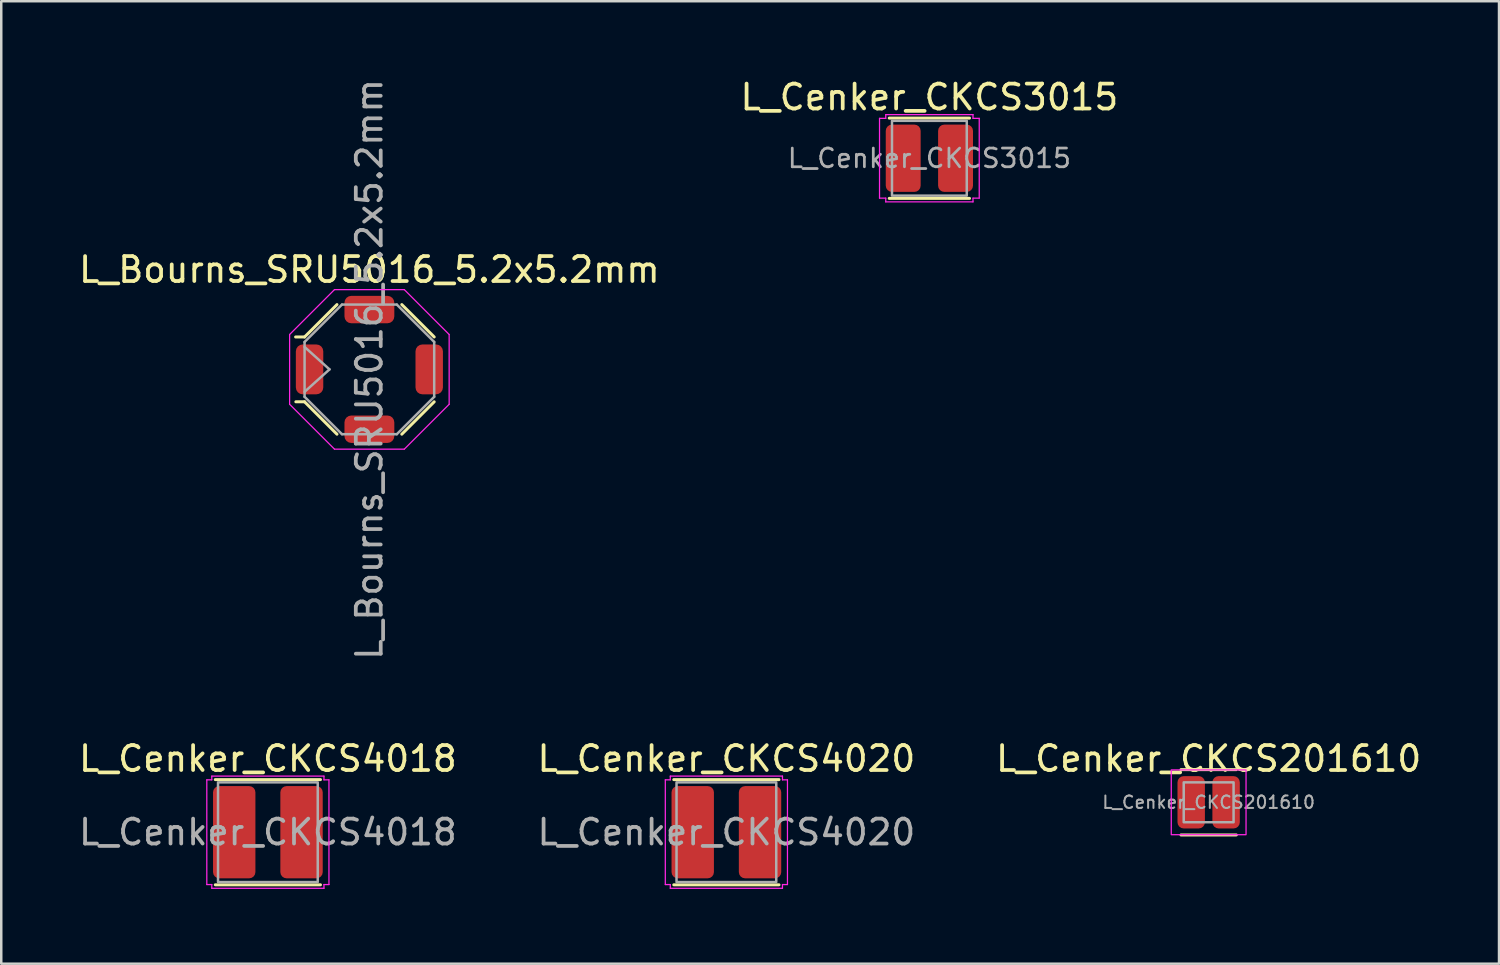
<source format=kicad_pcb>
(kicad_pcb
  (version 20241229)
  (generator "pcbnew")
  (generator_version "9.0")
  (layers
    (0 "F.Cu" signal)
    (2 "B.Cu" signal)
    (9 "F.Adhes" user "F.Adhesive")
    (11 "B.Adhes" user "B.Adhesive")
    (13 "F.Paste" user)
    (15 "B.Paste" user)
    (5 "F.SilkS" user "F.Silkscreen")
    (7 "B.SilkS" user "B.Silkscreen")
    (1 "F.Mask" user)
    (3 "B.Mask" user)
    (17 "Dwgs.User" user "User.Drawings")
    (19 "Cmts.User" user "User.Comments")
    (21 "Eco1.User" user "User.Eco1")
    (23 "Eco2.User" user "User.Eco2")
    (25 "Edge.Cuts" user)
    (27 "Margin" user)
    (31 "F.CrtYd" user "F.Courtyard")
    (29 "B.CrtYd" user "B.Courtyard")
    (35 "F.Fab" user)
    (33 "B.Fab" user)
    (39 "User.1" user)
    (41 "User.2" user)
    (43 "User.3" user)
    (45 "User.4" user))
  (footprint "L_Cenker_CKCS4020"
    (layer "F.Cu")
    (at 26.089 30.334)
    (property "Reference" "L_Cenker_CKCS4020" (at 0 -2.95 0) (layer "F.SilkS") (effects (font (size 1 1) (thickness 0.15))))
    (attr smd)
    (fp_line (start -2.11 -2.11) (end 2.11 -2.11) (stroke (width 0.12) (type solid)) (layer "F.SilkS"))
    (fp_line (start 2.11 2.11) (end -2.11 2.11) (stroke (width 0.12) (type solid)) (layer "F.SilkS"))
    (fp_line (start -2.45 -2.1) (end -2.25 -2.1) (stroke (width 0.05) (type solid)) (layer "F.CrtYd"))
    (fp_line (start -2.45 2.1) (end -2.45 -2.1) (stroke (width 0.05) (type solid)) (layer "F.CrtYd"))
    (fp_line (start -2.25 -2.25) (end 2.25 -2.25) (stroke (width 0.05) (type solid)) (layer "F.CrtYd"))
    (fp_line (start -2.25 -2.1) (end -2.25 -2.25) (stroke (width 0.05) (type solid)) (layer "F.CrtYd"))
    (fp_line (start -2.25 2.1) (end -2.45 2.1) (stroke (width 0.05) (type solid)) (layer "F.CrtYd"))
    (fp_line (start -2.25 2.25) (end -2.25 2.1) (stroke (width 0.05) (type solid)) (layer "F.CrtYd"))
    (fp_line (start 2.25 -2.25) (end 2.25 -2.1) (stroke (width 0.05) (type solid)) (layer "F.CrtYd"))
    (fp_line (start 2.25 -2.1) (end 2.45 -2.1) (stroke (width 0.05) (type solid)) (layer "F.CrtYd"))
    (fp_line (start 2.25 2.1) (end 2.25 2.25) (stroke (width 0.05) (type solid)) (layer "F.CrtYd"))
    (fp_line (start 2.25 2.25) (end -2.25 2.25) (stroke (width 0.05) (type solid)) (layer "F.CrtYd"))
    (fp_line (start 2.45 -2.1) (end 2.45 2.1) (stroke (width 0.05) (type solid)) (layer "F.CrtYd"))
    (fp_line (start 2.45 2.1) (end 2.25 2.1) (stroke (width 0.05) (type solid)) (layer "F.CrtYd"))
    (fp_rect (start -2 -2) (end 2 2) (stroke (width 0.1) (type solid)) (fill no) (layer "F.Fab"))
    (fp_text user "${REFERENCE}" (at 0 0 0) (layer "F.Fab") (effects (font (size 1 1) (thickness 0.15))))
    (pad "1" smd roundrect (at -1.35 0) (size 1.7 3.7) (layers "F.Cu" "F.Mask" "F.Paste") (roundrect_rratio 0.147))
    (pad "2" smd roundrect (at 1.35 0) (size 1.7 3.7) (layers "F.Cu" "F.Mask" "F.Paste") (roundrect_rratio 0.147)))
  (footprint "L_Cenker_CKCS201610"
    (layer "F.Cu")
    (at 45.435 29.134)
    (property "Reference" "L_Cenker_CKCS201610" (at 0 -1.75 0) (layer "F.SilkS") (effects (font (size 1 1) (thickness 0.15))))
    (attr smd)
    (fp_line (start -1.11 -1.31) (end 1.11 -1.31) (stroke (width 0.12) (type solid)) (layer "F.SilkS"))
    (fp_line (start 1.11 1.31) (end -1.11 1.31) (stroke (width 0.12) (type solid)) (layer "F.SilkS"))
    (fp_rect (start -1.5 -1.3) (end 1.5 1.3) (stroke (width 0.05) (type solid)) (fill no) (layer "F.CrtYd"))
    (fp_rect (start -1 -0.8) (end 1 0.8) (stroke (width 0.1) (type solid)) (fill no) (layer "F.Fab"))
    (fp_text user "${REFERENCE}" (at 0 0 0) (layer "F.Fab") (effects (font (size 0.5 0.5) (thickness 0.08))))
    (pad "1" smd roundrect (at -0.7 0) (size 1.1 2.1) (layers "F.Cu" "F.Mask" "F.Paste") (roundrect_rratio 0.227))
    (pad "2" smd roundrect (at 0.7 0) (size 1.1 2.1) (layers "F.Cu" "F.Mask" "F.Paste") (roundrect_rratio 0.227)))
  (footprint "L_Bourns_SRU5016_5.2x5.2mm"
    (layer "F.Cu")
    (at 11.768 11.768)
    (property "Reference" "L_Bourns_SRU5016_5.2x5.2mm" (at 0 -4 0) (unlocked yes) (layer "F.SilkS") (effects (font (size 1 1) (thickness 0.15))))
    (attr smd)
    (fp_line (start -2.6 -1.3) (end -2.96 -1.3) (stroke (width 0.12) (type solid)) (layer "F.SilkS"))
    (fp_line (start -2.6 -1.3) (end -1.3 -2.6) (stroke (width 0.12) (type solid)) (layer "F.SilkS"))
    (fp_line (start -2.6 1.3) (end -2.95 1.3) (stroke (width 0.12) (type solid)) (layer "F.SilkS"))
    (fp_line (start -1.3 2.6) (end -2.6 1.3) (stroke (width 0.12) (type solid)) (layer "F.SilkS"))
    (fp_line (start 1.3 -2.6) (end 2.6 -1.3) (stroke (width 0.12) (type solid)) (layer "F.SilkS"))
    (fp_line (start 1.3 2.6) (end 2.6 1.3) (stroke (width 0.12) (type solid)) (layer "F.SilkS"))
    (fp_line (start -3.2 1.4) (end -3.2 -1.4) (stroke (width 0.05) (type solid)) (layer "F.CrtYd"))
    (fp_line (start -3.2 1.4) (end -1.4 3.2) (stroke (width 0.05) (type solid)) (layer "F.CrtYd"))
    (fp_line (start -1.4 -3.2) (end -3.2 -1.4) (stroke (width 0.05) (type solid)) (layer "F.CrtYd"))
    (fp_line (start -1.4 -3.2) (end 1.4 -3.2) (stroke (width 0.05) (type solid)) (layer "F.CrtYd"))
    (fp_line (start 1.4 -3.2) (end 3.2 -1.4) (stroke (width 0.05) (type solid)) (layer "F.CrtYd"))
    (fp_line (start 1.4 3.2) (end -1.4 3.2) (stroke (width 0.05) (type solid)) (layer "F.CrtYd"))
    (fp_line (start 1.4 3.2) (end 3.2 1.4) (stroke (width 0.05) (type solid)) (layer "F.CrtYd"))
    (fp_line (start 3.2 -1.4) (end 3.2 1.4) (stroke (width 0.05) (type solid)) (layer "F.CrtYd"))
    (fp_line (start -2.6 -1.1) (end -1.1 -2.6) (stroke (width 0.1) (type solid)) (layer "F.Fab"))
    (fp_line (start -2.6 -0.9) (end -1.6 0) (stroke (width 0.1) (type solid)) (layer "F.Fab"))
    (fp_line (start -2.6 1.1) (end -2.6 -1.1) (stroke (width 0.1) (type solid)) (layer "F.Fab"))
    (fp_line (start -1.6 0) (end -2.6 0.9) (stroke (width 0.1) (type solid)) (layer "F.Fab"))
    (fp_line (start -1.1 -2.6) (end 1.1 -2.6) (stroke (width 0.1) (type solid)) (layer "F.Fab"))
    (fp_line (start -1.1 2.6) (end -2.6 1.1) (stroke (width 0.1) (type solid)) (layer "F.Fab"))
    (fp_line (start 1.1 -2.6) (end 2.6 -1.1) (stroke (width 0.1) (type solid)) (layer "F.Fab"))
    (fp_line (start 1.1 2.6) (end -1.1 2.6) (stroke (width 0.1) (type solid)) (layer "F.Fab"))
    (fp_line (start 2.6 -1.1) (end 2.6 1.1) (stroke (width 0.1) (type solid)) (layer "F.Fab"))
    (fp_line (start 2.6 1.1) (end 1.1 2.6) (stroke (width 0.1) (type solid)) (layer "F.Fab"))
    (fp_text user "${REFERENCE}" (at 0 0 90) (layer "F.Fab") (effects (font (size 1 1) (thickness 0.15))))
    (pad "1" smd roundrect (at -2.4 0) (size 1.1 2) (layers "F.Cu" "F.Mask" "F.Paste") (roundrect_rratio 0.25))
    (pad "2" smd roundrect (at 2.4 0) (size 1.1 2) (layers "F.Cu" "F.Mask" "F.Paste") (roundrect_rratio 0.25))
    (pad "MP" smd roundrect (at 0 -2.4 270) (size 1.1 2) (layers "F.Cu" "F.Mask" "F.Paste") (roundrect_rratio 0.25))
    (pad "MP" smd roundrect (at 0 2.4 90) (size 1.1 2) (layers "F.Cu" "F.Mask" "F.Paste") (roundrect_rratio 0.25)))
  (footprint "L_Cenker_CKCS4018"
    (layer "F.Cu")
    (at 7.696 30.334)
    (property "Reference" "L_Cenker_CKCS4018" (at 0 -2.95 0) (layer "F.SilkS") (effects (font (size 1 1) (thickness 0.15))))
    (attr smd)
    (fp_line (start -2.11 -2.11) (end 2.11 -2.11) (stroke (width 0.12) (type solid)) (layer "F.SilkS"))
    (fp_line (start 2.11 2.11) (end -2.11 2.11) (stroke (width 0.12) (type solid)) (layer "F.SilkS"))
    (fp_line (start -2.45 -2.1) (end -2.25 -2.1) (stroke (width 0.05) (type solid)) (layer "F.CrtYd"))
    (fp_line (start -2.45 2.1) (end -2.45 -2.1) (stroke (width 0.05) (type solid)) (layer "F.CrtYd"))
    (fp_line (start -2.25 -2.25) (end 2.25 -2.25) (stroke (width 0.05) (type solid)) (layer "F.CrtYd"))
    (fp_line (start -2.25 -2.1) (end -2.25 -2.25) (stroke (width 0.05) (type solid)) (layer "F.CrtYd"))
    (fp_line (start -2.25 2.1) (end -2.45 2.1) (stroke (width 0.05) (type solid)) (layer "F.CrtYd"))
    (fp_line (start -2.25 2.25) (end -2.25 2.1) (stroke (width 0.05) (type solid)) (layer "F.CrtYd"))
    (fp_line (start 2.25 -2.25) (end 2.25 -2.1) (stroke (width 0.05) (type solid)) (layer "F.CrtYd"))
    (fp_line (start 2.25 -2.1) (end 2.45 -2.1) (stroke (width 0.05) (type solid)) (layer "F.CrtYd"))
    (fp_line (start 2.25 2.1) (end 2.25 2.25) (stroke (width 0.05) (type solid)) (layer "F.CrtYd"))
    (fp_line (start 2.25 2.25) (end -2.25 2.25) (stroke (width 0.05) (type solid)) (layer "F.CrtYd"))
    (fp_line (start 2.45 -2.1) (end 2.45 2.1) (stroke (width 0.05) (type solid)) (layer "F.CrtYd"))
    (fp_line (start 2.45 2.1) (end 2.25 2.1) (stroke (width 0.05) (type solid)) (layer "F.CrtYd"))
    (fp_rect (start -2 -2) (end 2 2) (stroke (width 0.1) (type solid)) (fill no) (layer "F.Fab"))
    (fp_text user "${REFERENCE}" (at 0 0 0) (layer "F.Fab") (effects (font (size 1 1) (thickness 0.15))))
    (pad "1" smd roundrect (at -1.35 0) (size 1.7 3.7) (layers "F.Cu" "F.Mask" "F.Paste") (roundrect_rratio 0.147))
    (pad "2" smd roundrect (at 1.35 0) (size 1.7 3.7) (layers "F.Cu" "F.Mask" "F.Paste") (roundrect_rratio 0.147)))
  (footprint "L_Cenker_CKCS3015"
    (layer "F.Cu")
    (at 34.232 3.298)
    (property "Reference" "L_Cenker_CKCS3015" (at 0 -2.45 0) (layer "F.SilkS") (effects (font (size 1 1) (thickness 0.15))))
    (attr smd)
    (fp_line (start -1.61 -1.61) (end 1.61 -1.61) (stroke (width 0.12) (type solid)) (layer "F.SilkS"))
    (fp_line (start 1.61 1.61) (end -1.61 1.61) (stroke (width 0.12) (type solid)) (layer "F.SilkS"))
    (fp_line (start -2 -1.6) (end -1.75 -1.6) (stroke (width 0.05) (type solid)) (layer "F.CrtYd"))
    (fp_line (start -2 1.6) (end -2 -1.6) (stroke (width 0.05) (type solid)) (layer "F.CrtYd"))
    (fp_line (start -1.75 -1.75) (end 1.75 -1.75) (stroke (width 0.05) (type solid)) (layer "F.CrtYd"))
    (fp_line (start -1.75 -1.6) (end -1.75 -1.75) (stroke (width 0.05) (type solid)) (layer "F.CrtYd"))
    (fp_line (start -1.75 1.6) (end -2 1.6) (stroke (width 0.05) (type solid)) (layer "F.CrtYd"))
    (fp_line (start -1.75 1.75) (end -1.75 1.6) (stroke (width 0.05) (type solid)) (layer "F.CrtYd"))
    (fp_line (start 1.75 -1.75) (end 1.75 -1.6) (stroke (width 0.05) (type solid)) (layer "F.CrtYd"))
    (fp_line (start 1.75 -1.6) (end 2 -1.6) (stroke (width 0.05) (type solid)) (layer "F.CrtYd"))
    (fp_line (start 1.75 1.6) (end 1.75 1.75) (stroke (width 0.05) (type solid)) (layer "F.CrtYd"))
    (fp_line (start 1.75 1.75) (end -1.75 1.75) (stroke (width 0.05) (type solid)) (layer "F.CrtYd"))
    (fp_line (start 2 -1.6) (end 2 1.6) (stroke (width 0.05) (type solid)) (layer "F.CrtYd"))
    (fp_line (start 2 1.6) (end 1.75 1.6) (stroke (width 0.05) (type solid)) (layer "F.CrtYd"))
    (fp_rect (start -1.5 -1.5) (end 1.5 1.5) (stroke (width 0.1) (type solid)) (fill no) (layer "F.Fab"))
    (fp_text user "${REFERENCE}" (at 0 0 0) (layer "F.Fab") (effects (font (size 0.75 0.75) (thickness 0.11))))
    (pad "1" smd roundrect (at -1.05 0) (size 1.4 2.7) (layers "F.Cu" "F.Mask" "F.Paste") (roundrect_rratio 0.179))
    (pad "2" smd roundrect (at 1.05 0) (size 1.4 2.7) (layers "F.Cu" "F.Mask" "F.Paste") (roundrect_rratio 0.179)))
  (gr_rect
    (start -3 -3)
    (end 57.083 35.609)
    (stroke (width 0.1) (type default))
    (fill no)
    (layer "Edge.Cuts")))
</source>
